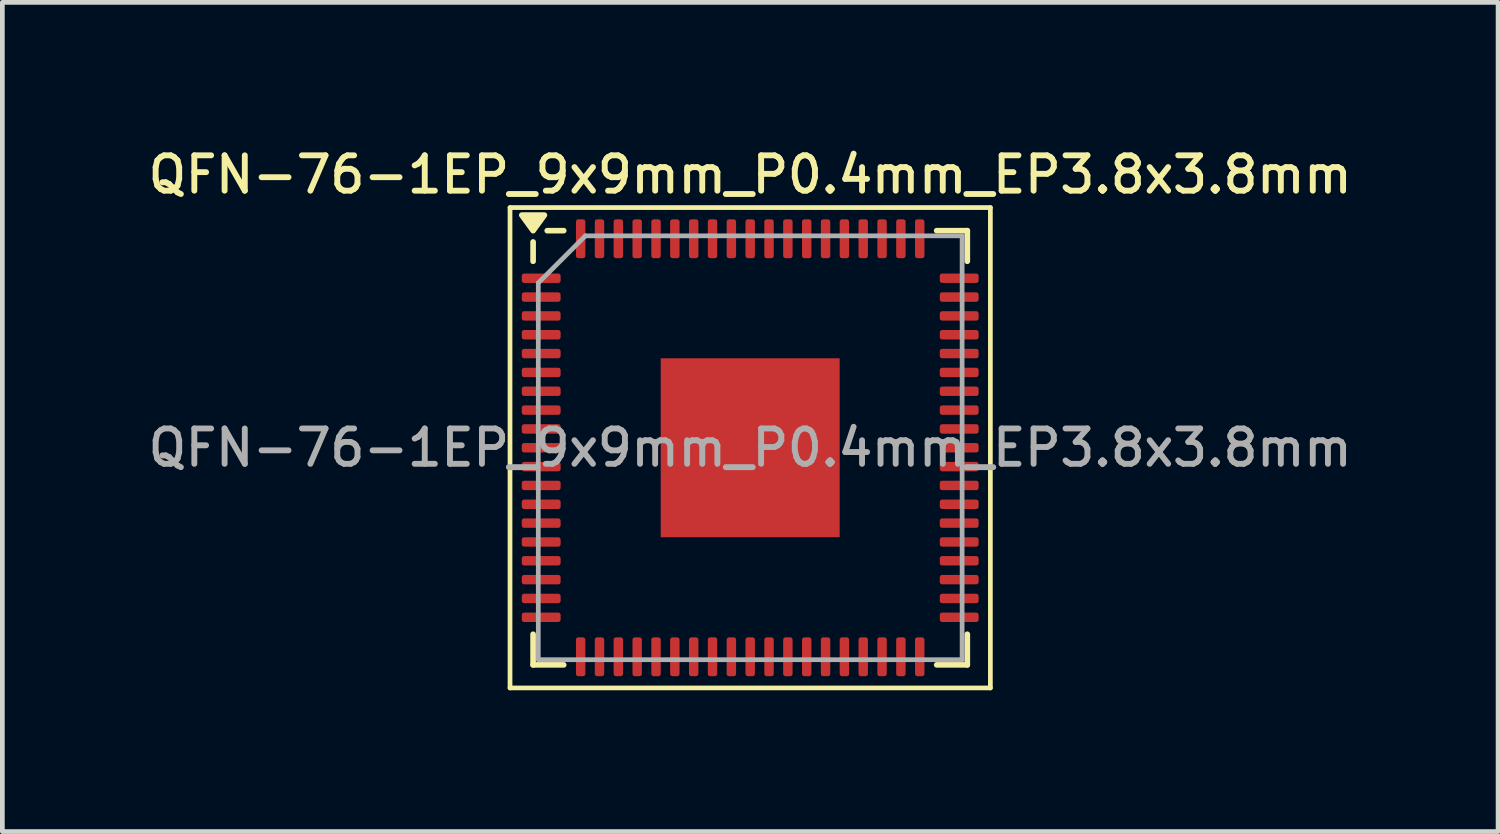
<source format=kicad_pcb>
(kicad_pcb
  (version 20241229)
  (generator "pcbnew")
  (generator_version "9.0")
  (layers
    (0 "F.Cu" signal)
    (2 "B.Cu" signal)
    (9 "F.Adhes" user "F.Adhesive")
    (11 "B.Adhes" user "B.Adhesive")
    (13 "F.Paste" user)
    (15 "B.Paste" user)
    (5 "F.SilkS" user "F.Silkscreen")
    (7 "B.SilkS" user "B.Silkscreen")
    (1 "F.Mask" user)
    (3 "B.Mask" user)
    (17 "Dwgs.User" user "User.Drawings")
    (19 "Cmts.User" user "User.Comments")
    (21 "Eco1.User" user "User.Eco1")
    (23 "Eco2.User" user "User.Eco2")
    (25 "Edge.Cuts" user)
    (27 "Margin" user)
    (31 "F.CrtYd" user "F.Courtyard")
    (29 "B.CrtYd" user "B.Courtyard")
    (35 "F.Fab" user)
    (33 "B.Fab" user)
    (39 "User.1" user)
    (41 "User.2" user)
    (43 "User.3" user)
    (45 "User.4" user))
  (footprint "QFN-76-1EP_9x9mm_P0.4mm_EP3.8x3.8mm"
    (layer "F.Cu")
    (at 12.88 6.458)
    (property "Reference" "QFN-76-1EP_9x9mm_P0.4mm_EP3.8x3.8mm" (at 0 -5.8 0) (layer "F.SilkS") (effects (font (size 0.75 0.75) (thickness 0.125))))
    (attr smd)
    (fp_line (start -5.1 -5.1) (end -5.1 5.1) (stroke (width 0.1) (type solid)) (layer "F.SilkS"))
    (fp_line (start -5.1 5.1) (end 5.1 5.1) (stroke (width 0.1) (type solid)) (layer "F.SilkS"))
    (fp_line (start -4.61 -3.96) (end -4.61 -4.37) (stroke (width 0.12) (type solid)) (layer "F.SilkS"))
    (fp_line (start -4.61 4.61) (end -4.61 3.96) (stroke (width 0.12) (type solid)) (layer "F.SilkS"))
    (fp_line (start -3.96 -4.61) (end -4.31 -4.61) (stroke (width 0.12) (type solid)) (layer "F.SilkS"))
    (fp_line (start -3.96 4.61) (end -4.61 4.61) (stroke (width 0.12) (type solid)) (layer "F.SilkS"))
    (fp_line (start 3.96 -4.61) (end 4.61 -4.61) (stroke (width 0.12) (type solid)) (layer "F.SilkS"))
    (fp_line (start 3.96 4.61) (end 4.61 4.61) (stroke (width 0.12) (type solid)) (layer "F.SilkS"))
    (fp_line (start 4.61 -4.61) (end 4.61 -3.96) (stroke (width 0.12) (type solid)) (layer "F.SilkS"))
    (fp_line (start 4.61 4.61) (end 4.61 3.96) (stroke (width 0.12) (type solid)) (layer "F.SilkS"))
    (fp_line (start 5.1 -5.1) (end -5.1 -5.1) (stroke (width 0.1) (type solid)) (layer "F.SilkS"))
    (fp_line (start 5.1 5.1) (end 5.1 -5.1) (stroke (width 0.1) (type solid)) (layer "F.SilkS"))
    (fp_poly (pts (xy -4.61 -4.61) (xy -4.85 -4.94) (xy -4.37 -4.94) (xy -4.61 -4.61)) (stroke (width 0.12) (type solid)) (fill yes) (layer "F.SilkS"))
    (fp_line (start -4.5 -3.5) (end -3.5 -4.5) (stroke (width 0.1) (type solid)) (layer "F.Fab"))
    (fp_line (start -4.5 4.5) (end -4.5 -3.5) (stroke (width 0.1) (type solid)) (layer "F.Fab"))
    (fp_line (start -3.5 -4.5) (end 4.5 -4.5) (stroke (width 0.1) (type solid)) (layer "F.Fab"))
    (fp_line (start 4.5 -4.5) (end 4.5 4.5) (stroke (width 0.1) (type solid)) (layer "F.Fab"))
    (fp_line (start 4.5 4.5) (end -4.5 4.5) (stroke (width 0.1) (type solid)) (layer "F.Fab"))
    (fp_text user "${REFERENCE}" (at 0 0 0) (layer "F.Fab") (effects (font (size 0.75 0.75) (thickness 0.125))))
    (pad "" smd roundrect (at -1.27 -1.27) (size 1.02 1.02) (layers "F.Paste") (roundrect_rratio 0.245))
    (pad "" smd roundrect (at -1.27 0) (size 1.02 1.02) (layers "F.Paste") (roundrect_rratio 0.245))
    (pad "" smd roundrect (at -1.27 1.27) (size 1.02 1.02) (layers "F.Paste") (roundrect_rratio 0.245))
    (pad "" smd roundrect (at 0 -1.27) (size 1.02 1.02) (layers "F.Paste") (roundrect_rratio 0.245))
    (pad "" smd roundrect (at 0 0) (size 1.02 1.02) (layers "F.Paste") (roundrect_rratio 0.245))
    (pad "" smd roundrect (at 0 1.27) (size 1.02 1.02) (layers "F.Paste") (roundrect_rratio 0.245))
    (pad "" smd roundrect (at 1.27 -1.27) (size 1.02 1.02) (layers "F.Paste") (roundrect_rratio 0.245))
    (pad "" smd roundrect (at 1.27 0) (size 1.02 1.02) (layers "F.Paste") (roundrect_rratio 0.245))
    (pad "" smd roundrect (at 1.27 1.27) (size 1.02 1.02) (layers "F.Paste") (roundrect_rratio 0.245))
    (pad "1" smd roundrect (at -4.438 -3.6) (size 0.825 0.2) (layers "F.Cu" "F.Mask" "F.Paste") (roundrect_rratio 0.25))
    (pad "2" smd roundrect (at -4.438 -3.2) (size 0.825 0.2) (layers "F.Cu" "F.Mask" "F.Paste") (roundrect_rratio 0.25))
    (pad "3" smd roundrect (at -4.438 -2.8) (size 0.825 0.2) (layers "F.Cu" "F.Mask" "F.Paste") (roundrect_rratio 0.25))
    (pad "4" smd roundrect (at -4.438 -2.4) (size 0.825 0.2) (layers "F.Cu" "F.Mask" "F.Paste") (roundrect_rratio 0.25))
    (pad "5" smd roundrect (at -4.438 -2) (size 0.825 0.2) (layers "F.Cu" "F.Mask" "F.Paste") (roundrect_rratio 0.25))
    (pad "6" smd roundrect (at -4.438 -1.6) (size 0.825 0.2) (layers "F.Cu" "F.Mask" "F.Paste") (roundrect_rratio 0.25))
    (pad "7" smd roundrect (at -4.438 -1.2) (size 0.825 0.2) (layers "F.Cu" "F.Mask" "F.Paste") (roundrect_rratio 0.25))
    (pad "8" smd roundrect (at -4.438 -0.8) (size 0.825 0.2) (layers "F.Cu" "F.Mask" "F.Paste") (roundrect_rratio 0.25))
    (pad "9" smd roundrect (at -4.438 -0.4) (size 0.825 0.2) (layers "F.Cu" "F.Mask" "F.Paste") (roundrect_rratio 0.25))
    (pad "10" smd roundrect (at -4.438 0) (size 0.825 0.2) (layers "F.Cu" "F.Mask" "F.Paste") (roundrect_rratio 0.25))
    (pad "11" smd roundrect (at -4.438 0.4) (size 0.825 0.2) (layers "F.Cu" "F.Mask" "F.Paste") (roundrect_rratio 0.25))
    (pad "12" smd roundrect (at -4.438 0.8) (size 0.825 0.2) (layers "F.Cu" "F.Mask" "F.Paste") (roundrect_rratio 0.25))
    (pad "13" smd roundrect (at -4.438 1.2) (size 0.825 0.2) (layers "F.Cu" "F.Mask" "F.Paste") (roundrect_rratio 0.25))
    (pad "14" smd roundrect (at -4.438 1.6) (size 0.825 0.2) (layers "F.Cu" "F.Mask" "F.Paste") (roundrect_rratio 0.25))
    (pad "15" smd roundrect (at -4.438 2) (size 0.825 0.2) (layers "F.Cu" "F.Mask" "F.Paste") (roundrect_rratio 0.25))
    (pad "16" smd roundrect (at -4.438 2.4) (size 0.825 0.2) (layers "F.Cu" "F.Mask" "F.Paste") (roundrect_rratio 0.25))
    (pad "17" smd roundrect (at -4.438 2.8) (size 0.825 0.2) (layers "F.Cu" "F.Mask" "F.Paste") (roundrect_rratio 0.25))
    (pad "18" smd roundrect (at -4.438 3.2) (size 0.825 0.2) (layers "F.Cu" "F.Mask" "F.Paste") (roundrect_rratio 0.25))
    (pad "19" smd roundrect (at -4.438 3.6) (size 0.825 0.2) (layers "F.Cu" "F.Mask" "F.Paste") (roundrect_rratio 0.25))
    (pad "20" smd roundrect (at -3.6 4.438) (size 0.2 0.825) (layers "F.Cu" "F.Mask" "F.Paste") (roundrect_rratio 0.25))
    (pad "21" smd roundrect (at -3.2 4.438) (size 0.2 0.825) (layers "F.Cu" "F.Mask" "F.Paste") (roundrect_rratio 0.25))
    (pad "22" smd roundrect (at -2.8 4.438) (size 0.2 0.825) (layers "F.Cu" "F.Mask" "F.Paste") (roundrect_rratio 0.25))
    (pad "23" smd roundrect (at -2.4 4.438) (size 0.2 0.825) (layers "F.Cu" "F.Mask" "F.Paste") (roundrect_rratio 0.25))
    (pad "24" smd roundrect (at -2 4.438) (size 0.2 0.825) (layers "F.Cu" "F.Mask" "F.Paste") (roundrect_rratio 0.25))
    (pad "25" smd roundrect (at -1.6 4.438) (size 0.2 0.825) (layers "F.Cu" "F.Mask" "F.Paste") (roundrect_rratio 0.25))
    (pad "26" smd roundrect (at -1.2 4.438) (size 0.2 0.825) (layers "F.Cu" "F.Mask" "F.Paste") (roundrect_rratio 0.25))
    (pad "27" smd roundrect (at -0.8 4.438) (size 0.2 0.825) (layers "F.Cu" "F.Mask" "F.Paste") (roundrect_rratio 0.25))
    (pad "28" smd roundrect (at -0.4 4.438) (size 0.2 0.825) (layers "F.Cu" "F.Mask" "F.Paste") (roundrect_rratio 0.25))
    (pad "29" smd roundrect (at 0 4.438) (size 0.2 0.825) (layers "F.Cu" "F.Mask" "F.Paste") (roundrect_rratio 0.25))
    (pad "30" smd roundrect (at 0.4 4.438) (size 0.2 0.825) (layers "F.Cu" "F.Mask" "F.Paste") (roundrect_rratio 0.25))
    (pad "31" smd roundrect (at 0.8 4.438) (size 0.2 0.825) (layers "F.Cu" "F.Mask" "F.Paste") (roundrect_rratio 0.25))
    (pad "32" smd roundrect (at 1.2 4.438) (size 0.2 0.825) (layers "F.Cu" "F.Mask" "F.Paste") (roundrect_rratio 0.25))
    (pad "33" smd roundrect (at 1.6 4.438) (size 0.2 0.825) (layers "F.Cu" "F.Mask" "F.Paste") (roundrect_rratio 0.25))
    (pad "34" smd roundrect (at 2 4.438) (size 0.2 0.825) (layers "F.Cu" "F.Mask" "F.Paste") (roundrect_rratio 0.25))
    (pad "35" smd roundrect (at 2.4 4.438) (size 0.2 0.825) (layers "F.Cu" "F.Mask" "F.Paste") (roundrect_rratio 0.25))
    (pad "36" smd roundrect (at 2.8 4.438) (size 0.2 0.825) (layers "F.Cu" "F.Mask" "F.Paste") (roundrect_rratio 0.25))
    (pad "37" smd roundrect (at 3.2 4.438) (size 0.2 0.825) (layers "F.Cu" "F.Mask" "F.Paste") (roundrect_rratio 0.25))
    (pad "38" smd roundrect (at 3.6 4.438) (size 0.2 0.825) (layers "F.Cu" "F.Mask" "F.Paste") (roundrect_rratio 0.25))
    (pad "39" smd roundrect (at 4.438 3.6) (size 0.825 0.2) (layers "F.Cu" "F.Mask" "F.Paste") (roundrect_rratio 0.25))
    (pad "40" smd roundrect (at 4.438 3.2) (size 0.825 0.2) (layers "F.Cu" "F.Mask" "F.Paste") (roundrect_rratio 0.25))
    (pad "41" smd roundrect (at 4.438 2.8) (size 0.825 0.2) (layers "F.Cu" "F.Mask" "F.Paste") (roundrect_rratio 0.25))
    (pad "42" smd roundrect (at 4.438 2.4) (size 0.825 0.2) (layers "F.Cu" "F.Mask" "F.Paste") (roundrect_rratio 0.25))
    (pad "43" smd roundrect (at 4.438 2) (size 0.825 0.2) (layers "F.Cu" "F.Mask" "F.Paste") (roundrect_rratio 0.25))
    (pad "44" smd roundrect (at 4.438 1.6) (size 0.825 0.2) (layers "F.Cu" "F.Mask" "F.Paste") (roundrect_rratio 0.25))
    (pad "45" smd roundrect (at 4.438 1.2) (size 0.825 0.2) (layers "F.Cu" "F.Mask" "F.Paste") (roundrect_rratio 0.25))
    (pad "46" smd roundrect (at 4.438 0.8) (size 0.825 0.2) (layers "F.Cu" "F.Mask" "F.Paste") (roundrect_rratio 0.25))
    (pad "47" smd roundrect (at 4.438 0.4) (size 0.825 0.2) (layers "F.Cu" "F.Mask" "F.Paste") (roundrect_rratio 0.25))
    (pad "48" smd roundrect (at 4.438 0) (size 0.825 0.2) (layers "F.Cu" "F.Mask" "F.Paste") (roundrect_rratio 0.25))
    (pad "49" smd roundrect (at 4.438 -0.4) (size 0.825 0.2) (layers "F.Cu" "F.Mask" "F.Paste") (roundrect_rratio 0.25))
    (pad "50" smd roundrect (at 4.438 -0.8) (size 0.825 0.2) (layers "F.Cu" "F.Mask" "F.Paste") (roundrect_rratio 0.25))
    (pad "51" smd roundrect (at 4.438 -1.2) (size 0.825 0.2) (layers "F.Cu" "F.Mask" "F.Paste") (roundrect_rratio 0.25))
    (pad "52" smd roundrect (at 4.438 -1.6) (size 0.825 0.2) (layers "F.Cu" "F.Mask" "F.Paste") (roundrect_rratio 0.25))
    (pad "53" smd roundrect (at 4.438 -2) (size 0.825 0.2) (layers "F.Cu" "F.Mask" "F.Paste") (roundrect_rratio 0.25))
    (pad "54" smd roundrect (at 4.438 -2.4) (size 0.825 0.2) (layers "F.Cu" "F.Mask" "F.Paste") (roundrect_rratio 0.25))
    (pad "55" smd roundrect (at 4.438 -2.8) (size 0.825 0.2) (layers "F.Cu" "F.Mask" "F.Paste") (roundrect_rratio 0.25))
    (pad "56" smd roundrect (at 4.438 -3.2) (size 0.825 0.2) (layers "F.Cu" "F.Mask" "F.Paste") (roundrect_rratio 0.25))
    (pad "57" smd roundrect (at 4.438 -3.6) (size 0.825 0.2) (layers "F.Cu" "F.Mask" "F.Paste") (roundrect_rratio 0.25))
    (pad "58" smd roundrect (at 3.6 -4.438) (size 0.2 0.825) (layers "F.Cu" "F.Mask" "F.Paste") (roundrect_rratio 0.25))
    (pad "59" smd roundrect (at 3.2 -4.438) (size 0.2 0.825) (layers "F.Cu" "F.Mask" "F.Paste") (roundrect_rratio 0.25))
    (pad "60" smd roundrect (at 2.8 -4.438) (size 0.2 0.825) (layers "F.Cu" "F.Mask" "F.Paste") (roundrect_rratio 0.25))
    (pad "61" smd roundrect (at 2.4 -4.438) (size 0.2 0.825) (layers "F.Cu" "F.Mask" "F.Paste") (roundrect_rratio 0.25))
    (pad "62" smd roundrect (at 2 -4.438) (size 0.2 0.825) (layers "F.Cu" "F.Mask" "F.Paste") (roundrect_rratio 0.25))
    (pad "63" smd roundrect (at 1.6 -4.438) (size 0.2 0.825) (layers "F.Cu" "F.Mask" "F.Paste") (roundrect_rratio 0.25))
    (pad "64" smd roundrect (at 1.2 -4.438) (size 0.2 0.825) (layers "F.Cu" "F.Mask" "F.Paste") (roundrect_rratio 0.25))
    (pad "65" smd roundrect (at 0.8 -4.438) (size 0.2 0.825) (layers "F.Cu" "F.Mask" "F.Paste") (roundrect_rratio 0.25))
    (pad "66" smd roundrect (at 0.4 -4.438) (size 0.2 0.825) (layers "F.Cu" "F.Mask" "F.Paste") (roundrect_rratio 0.25))
    (pad "67" smd roundrect (at 0 -4.438) (size 0.2 0.825) (layers "F.Cu" "F.Mask" "F.Paste") (roundrect_rratio 0.25))
    (pad "68" smd roundrect (at -0.4 -4.438) (size 0.2 0.825) (layers "F.Cu" "F.Mask" "F.Paste") (roundrect_rratio 0.25))
    (pad "69" smd roundrect (at -0.8 -4.438) (size 0.2 0.825) (layers "F.Cu" "F.Mask" "F.Paste") (roundrect_rratio 0.25))
    (pad "70" smd roundrect (at -1.2 -4.438) (size 0.2 0.825) (layers "F.Cu" "F.Mask" "F.Paste") (roundrect_rratio 0.25))
    (pad "71" smd roundrect (at -1.6 -4.438) (size 0.2 0.825) (layers "F.Cu" "F.Mask" "F.Paste") (roundrect_rratio 0.25))
    (pad "72" smd roundrect (at -2 -4.438) (size 0.2 0.825) (layers "F.Cu" "F.Mask" "F.Paste") (roundrect_rratio 0.25))
    (pad "73" smd roundrect (at -2.4 -4.438) (size 0.2 0.825) (layers "F.Cu" "F.Mask" "F.Paste") (roundrect_rratio 0.25))
    (pad "74" smd roundrect (at -2.8 -4.438) (size 0.2 0.825) (layers "F.Cu" "F.Mask" "F.Paste") (roundrect_rratio 0.25))
    (pad "75" smd roundrect (at -3.2 -4.438) (size 0.2 0.825) (layers "F.Cu" "F.Mask" "F.Paste") (roundrect_rratio 0.25))
    (pad "76" smd roundrect (at -3.6 -4.438) (size 0.2 0.825) (layers "F.Cu" "F.Mask" "F.Paste") (roundrect_rratio 0.25))
    (pad "77" smd rect (at 0 0) (size 3.8 3.8) (property pad_prop_heatsink) (layers "F.Cu" "F.Mask")))
  (gr_rect
    (start -3 -3)
    (end 28.761 14.608)
    (stroke (width 0.1) (type default))
    (fill no)
    (layer "Edge.Cuts")))
</source>
